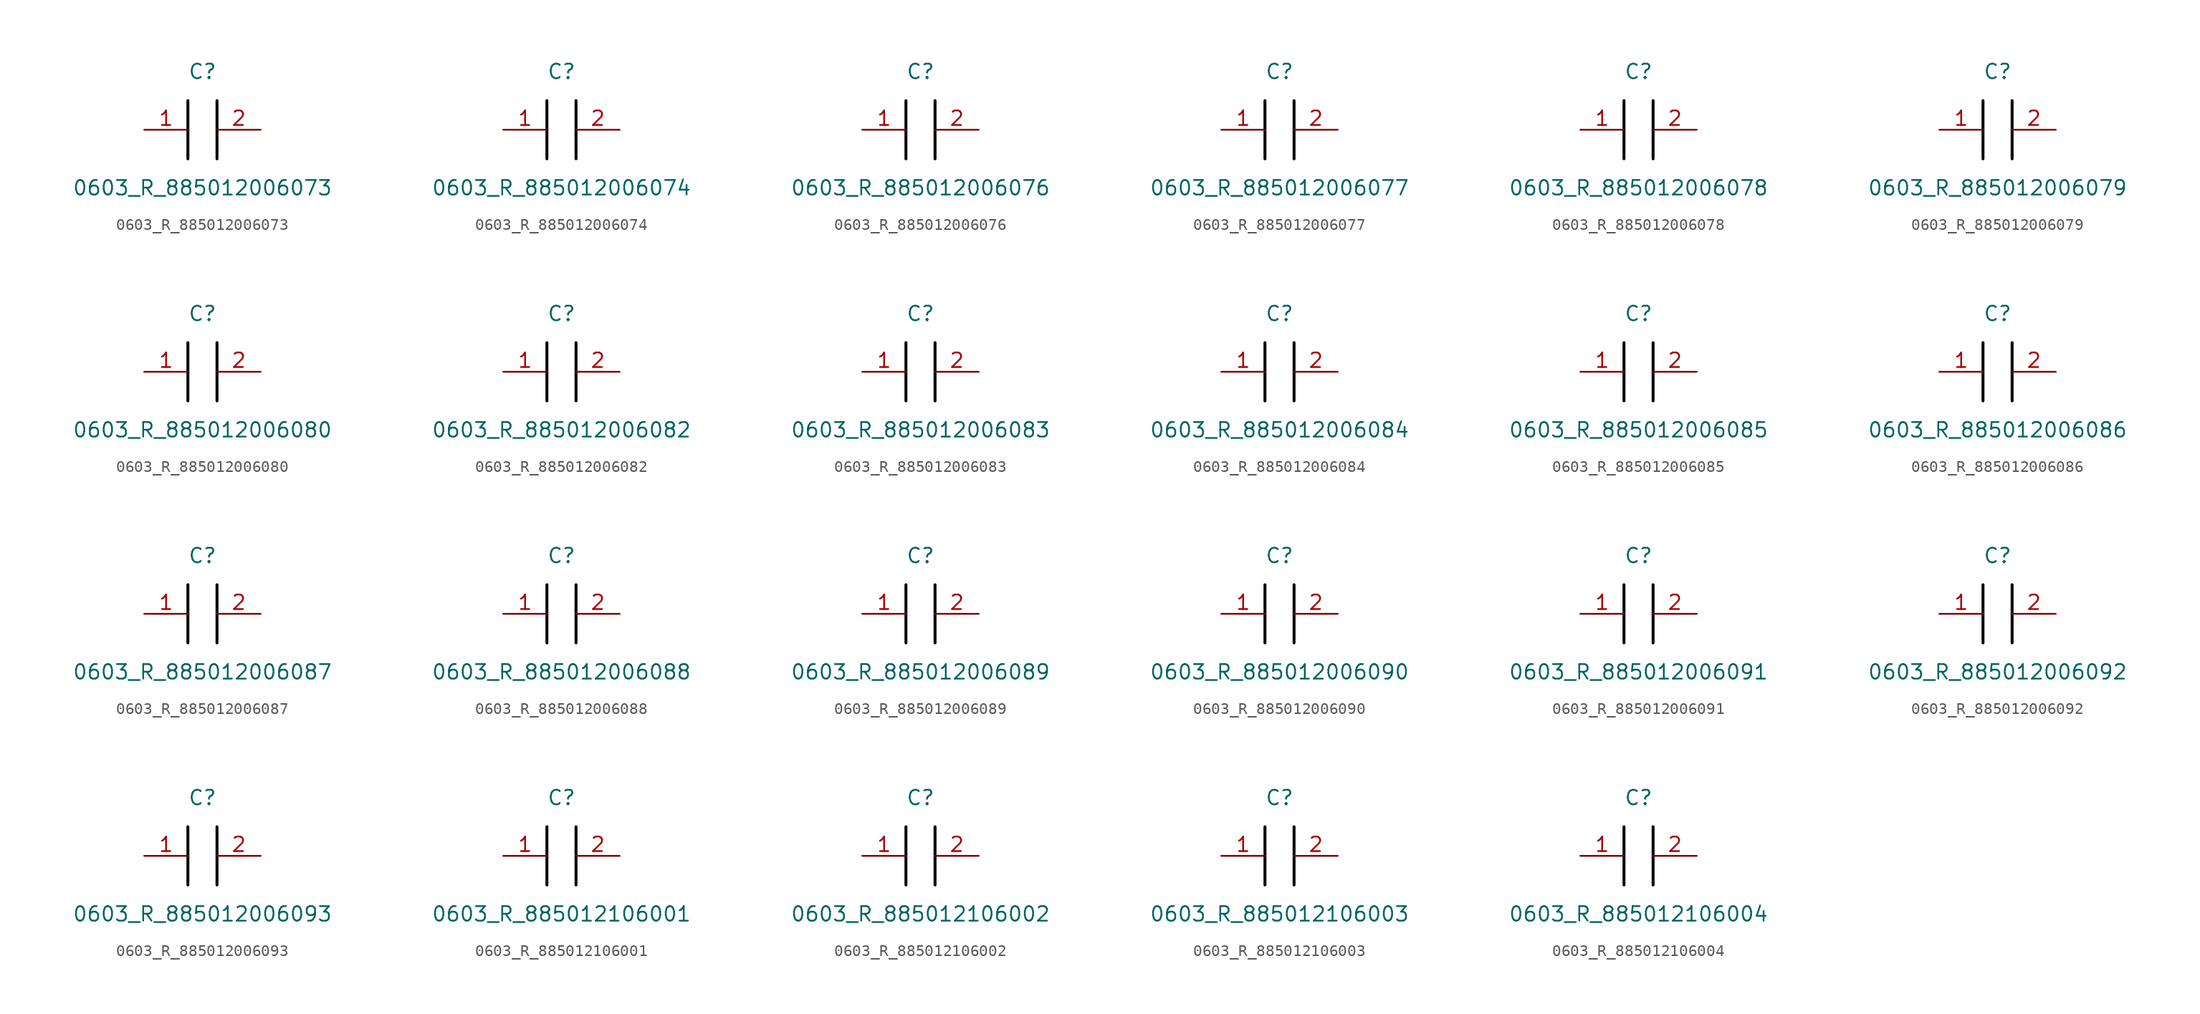
<source format=kicad_sym>
(kicad_symbol_lib
  (version 20220914)
  (generator kicad_symbol_editor)
  (symbol "0603_R_885012006073"
    (pin_names hide)
    (property "Reference" "C"
      (at 0 5.08 0)
      (effects (font (size 1.27 1.27))))
    (property "Value" "0603_R_885012006073"
      (at 0 -5.08 0)
      (effects (font (size 1.27 1.27))))
    (symbol "0603_R_885012006073_1_1"
      (polyline (pts (xy -1.27 2.54) (xy -1.27 -2.54)) (stroke (width 0.254) (type default) (color 0 0 0 1)) (fill (type none)))
      (polyline (pts (xy 1.27 2.54) (xy 1.27 -2.54)) (stroke (width 0.254) (type default) (color 0 0 0 1)) (fill (type none)))
      (pin passive line (at -5.08 0 0) (length 3.81) (name "1" (effects (font (size 1.27 1.27)))) (number "1" (effects (font (size 1.27 1.27)))))
      (pin passive line (at 5.08 0 180) (length 3.81) (name "2" (effects (font (size 1.27 1.27)))) (number "2" (effects (font (size 1.27 1.27)))))))
  (symbol "0603_R_885012006074"
    (pin_names hide)
    (property "Reference" "C"
      (at 0 5.08 0)
      (effects (font (size 1.27 1.27))))
    (property "Value" "0603_R_885012006074"
      (at 0 -5.08 0)
      (effects (font (size 1.27 1.27))))
    (symbol "0603_R_885012006074_1_1"
      (polyline (pts (xy -1.27 2.54) (xy -1.27 -2.54)) (stroke (width 0.254) (type default) (color 0 0 0 1)) (fill (type none)))
      (polyline (pts (xy 1.27 2.54) (xy 1.27 -2.54)) (stroke (width 0.254) (type default) (color 0 0 0 1)) (fill (type none)))
      (pin passive line (at -5.08 0 0) (length 3.81) (name "1" (effects (font (size 1.27 1.27)))) (number "1" (effects (font (size 1.27 1.27)))))
      (pin passive line (at 5.08 0 180) (length 3.81) (name "2" (effects (font (size 1.27 1.27)))) (number "2" (effects (font (size 1.27 1.27)))))))
  (symbol "0603_R_885012006076"
    (pin_names hide)
    (property "Reference" "C"
      (at 0 5.08 0)
      (effects (font (size 1.27 1.27))))
    (property "Value" "0603_R_885012006076"
      (at 0 -5.08 0)
      (effects (font (size 1.27 1.27))))
    (symbol "0603_R_885012006076_1_1"
      (polyline (pts (xy -1.27 2.54) (xy -1.27 -2.54)) (stroke (width 0.254) (type default) (color 0 0 0 1)) (fill (type none)))
      (polyline (pts (xy 1.27 2.54) (xy 1.27 -2.54)) (stroke (width 0.254) (type default) (color 0 0 0 1)) (fill (type none)))
      (pin passive line (at -5.08 0 0) (length 3.81) (name "1" (effects (font (size 1.27 1.27)))) (number "1" (effects (font (size 1.27 1.27)))))
      (pin passive line (at 5.08 0 180) (length 3.81) (name "2" (effects (font (size 1.27 1.27)))) (number "2" (effects (font (size 1.27 1.27)))))))
  (symbol "0603_R_885012006077"
    (pin_names hide)
    (property "Reference" "C"
      (at 0 5.08 0)
      (effects (font (size 1.27 1.27))))
    (property "Value" "0603_R_885012006077"
      (at 0 -5.08 0)
      (effects (font (size 1.27 1.27))))
    (symbol "0603_R_885012006077_1_1"
      (polyline (pts (xy -1.27 2.54) (xy -1.27 -2.54)) (stroke (width 0.254) (type default) (color 0 0 0 1)) (fill (type none)))
      (polyline (pts (xy 1.27 2.54) (xy 1.27 -2.54)) (stroke (width 0.254) (type default) (color 0 0 0 1)) (fill (type none)))
      (pin passive line (at -5.08 0 0) (length 3.81) (name "1" (effects (font (size 1.27 1.27)))) (number "1" (effects (font (size 1.27 1.27)))))
      (pin passive line (at 5.08 0 180) (length 3.81) (name "2" (effects (font (size 1.27 1.27)))) (number "2" (effects (font (size 1.27 1.27)))))))
  (symbol "0603_R_885012006078"
    (pin_names hide)
    (property "Reference" "C"
      (at 0 5.08 0)
      (effects (font (size 1.27 1.27))))
    (property "Value" "0603_R_885012006078"
      (at 0 -5.08 0)
      (effects (font (size 1.27 1.27))))
    (symbol "0603_R_885012006078_1_1"
      (polyline (pts (xy -1.27 2.54) (xy -1.27 -2.54)) (stroke (width 0.254) (type default) (color 0 0 0 1)) (fill (type none)))
      (polyline (pts (xy 1.27 2.54) (xy 1.27 -2.54)) (stroke (width 0.254) (type default) (color 0 0 0 1)) (fill (type none)))
      (pin passive line (at -5.08 0 0) (length 3.81) (name "1" (effects (font (size 1.27 1.27)))) (number "1" (effects (font (size 1.27 1.27)))))
      (pin passive line (at 5.08 0 180) (length 3.81) (name "2" (effects (font (size 1.27 1.27)))) (number "2" (effects (font (size 1.27 1.27)))))))
  (symbol "0603_R_885012006079"
    (pin_names hide)
    (property "Reference" "C"
      (at 0 5.08 0)
      (effects (font (size 1.27 1.27))))
    (property "Value" "0603_R_885012006079"
      (at 0 -5.08 0)
      (effects (font (size 1.27 1.27))))
    (symbol "0603_R_885012006079_1_1"
      (polyline (pts (xy -1.27 2.54) (xy -1.27 -2.54)) (stroke (width 0.254) (type default) (color 0 0 0 1)) (fill (type none)))
      (polyline (pts (xy 1.27 2.54) (xy 1.27 -2.54)) (stroke (width 0.254) (type default) (color 0 0 0 1)) (fill (type none)))
      (pin passive line (at -5.08 0 0) (length 3.81) (name "1" (effects (font (size 1.27 1.27)))) (number "1" (effects (font (size 1.27 1.27)))))
      (pin passive line (at 5.08 0 180) (length 3.81) (name "2" (effects (font (size 1.27 1.27)))) (number "2" (effects (font (size 1.27 1.27)))))))
  (symbol "0603_R_885012006080"
    (pin_names hide)
    (property "Reference" "C"
      (at 0 5.08 0)
      (effects (font (size 1.27 1.27))))
    (property "Value" "0603_R_885012006080"
      (at 0 -5.08 0)
      (effects (font (size 1.27 1.27))))
    (symbol "0603_R_885012006080_1_1"
      (polyline (pts (xy -1.27 2.54) (xy -1.27 -2.54)) (stroke (width 0.254) (type default) (color 0 0 0 1)) (fill (type none)))
      (polyline (pts (xy 1.27 2.54) (xy 1.27 -2.54)) (stroke (width 0.254) (type default) (color 0 0 0 1)) (fill (type none)))
      (pin passive line (at -5.08 0 0) (length 3.81) (name "1" (effects (font (size 1.27 1.27)))) (number "1" (effects (font (size 1.27 1.27)))))
      (pin passive line (at 5.08 0 180) (length 3.81) (name "2" (effects (font (size 1.27 1.27)))) (number "2" (effects (font (size 1.27 1.27)))))))
  (symbol "0603_R_885012006082"
    (pin_names hide)
    (property "Reference" "C"
      (at 0 5.08 0)
      (effects (font (size 1.27 1.27))))
    (property "Value" "0603_R_885012006082"
      (at 0 -5.08 0)
      (effects (font (size 1.27 1.27))))
    (symbol "0603_R_885012006082_1_1"
      (polyline (pts (xy -1.27 2.54) (xy -1.27 -2.54)) (stroke (width 0.254) (type default) (color 0 0 0 1)) (fill (type none)))
      (polyline (pts (xy 1.27 2.54) (xy 1.27 -2.54)) (stroke (width 0.254) (type default) (color 0 0 0 1)) (fill (type none)))
      (pin passive line (at -5.08 0 0) (length 3.81) (name "1" (effects (font (size 1.27 1.27)))) (number "1" (effects (font (size 1.27 1.27)))))
      (pin passive line (at 5.08 0 180) (length 3.81) (name "2" (effects (font (size 1.27 1.27)))) (number "2" (effects (font (size 1.27 1.27)))))))
  (symbol "0603_R_885012006083"
    (pin_names hide)
    (property "Reference" "C"
      (at 0 5.08 0)
      (effects (font (size 1.27 1.27))))
    (property "Value" "0603_R_885012006083"
      (at 0 -5.08 0)
      (effects (font (size 1.27 1.27))))
    (symbol "0603_R_885012006083_1_1"
      (polyline (pts (xy -1.27 2.54) (xy -1.27 -2.54)) (stroke (width 0.254) (type default) (color 0 0 0 1)) (fill (type none)))
      (polyline (pts (xy 1.27 2.54) (xy 1.27 -2.54)) (stroke (width 0.254) (type default) (color 0 0 0 1)) (fill (type none)))
      (pin passive line (at -5.08 0 0) (length 3.81) (name "1" (effects (font (size 1.27 1.27)))) (number "1" (effects (font (size 1.27 1.27)))))
      (pin passive line (at 5.08 0 180) (length 3.81) (name "2" (effects (font (size 1.27 1.27)))) (number "2" (effects (font (size 1.27 1.27)))))))
  (symbol "0603_R_885012006084"
    (pin_names hide)
    (property "Reference" "C"
      (at 0 5.08 0)
      (effects (font (size 1.27 1.27))))
    (property "Value" "0603_R_885012006084"
      (at 0 -5.08 0)
      (effects (font (size 1.27 1.27))))
    (symbol "0603_R_885012006084_1_1"
      (polyline (pts (xy -1.27 2.54) (xy -1.27 -2.54)) (stroke (width 0.254) (type default) (color 0 0 0 1)) (fill (type none)))
      (polyline (pts (xy 1.27 2.54) (xy 1.27 -2.54)) (stroke (width 0.254) (type default) (color 0 0 0 1)) (fill (type none)))
      (pin passive line (at -5.08 0 0) (length 3.81) (name "1" (effects (font (size 1.27 1.27)))) (number "1" (effects (font (size 1.27 1.27)))))
      (pin passive line (at 5.08 0 180) (length 3.81) (name "2" (effects (font (size 1.27 1.27)))) (number "2" (effects (font (size 1.27 1.27)))))))
  (symbol "0603_R_885012006085"
    (pin_names hide)
    (property "Reference" "C"
      (at 0 5.08 0)
      (effects (font (size 1.27 1.27))))
    (property "Value" "0603_R_885012006085"
      (at 0 -5.08 0)
      (effects (font (size 1.27 1.27))))
    (symbol "0603_R_885012006085_1_1"
      (polyline (pts (xy -1.27 2.54) (xy -1.27 -2.54)) (stroke (width 0.254) (type default) (color 0 0 0 1)) (fill (type none)))
      (polyline (pts (xy 1.27 2.54) (xy 1.27 -2.54)) (stroke (width 0.254) (type default) (color 0 0 0 1)) (fill (type none)))
      (pin passive line (at -5.08 0 0) (length 3.81) (name "1" (effects (font (size 1.27 1.27)))) (number "1" (effects (font (size 1.27 1.27)))))
      (pin passive line (at 5.08 0 180) (length 3.81) (name "2" (effects (font (size 1.27 1.27)))) (number "2" (effects (font (size 1.27 1.27)))))))
  (symbol "0603_R_885012006086"
    (pin_names hide)
    (property "Reference" "C"
      (at 0 5.08 0)
      (effects (font (size 1.27 1.27))))
    (property "Value" "0603_R_885012006086"
      (at 0 -5.08 0)
      (effects (font (size 1.27 1.27))))
    (symbol "0603_R_885012006086_1_1"
      (polyline (pts (xy -1.27 2.54) (xy -1.27 -2.54)) (stroke (width 0.254) (type default) (color 0 0 0 1)) (fill (type none)))
      (polyline (pts (xy 1.27 2.54) (xy 1.27 -2.54)) (stroke (width 0.254) (type default) (color 0 0 0 1)) (fill (type none)))
      (pin passive line (at -5.08 0 0) (length 3.81) (name "1" (effects (font (size 1.27 1.27)))) (number "1" (effects (font (size 1.27 1.27)))))
      (pin passive line (at 5.08 0 180) (length 3.81) (name "2" (effects (font (size 1.27 1.27)))) (number "2" (effects (font (size 1.27 1.27)))))))
  (symbol "0603_R_885012006087"
    (pin_names hide)
    (property "Reference" "C"
      (at 0 5.08 0)
      (effects (font (size 1.27 1.27))))
    (property "Value" "0603_R_885012006087"
      (at 0 -5.08 0)
      (effects (font (size 1.27 1.27))))
    (symbol "0603_R_885012006087_1_1"
      (polyline (pts (xy -1.27 2.54) (xy -1.27 -2.54)) (stroke (width 0.254) (type default) (color 0 0 0 1)) (fill (type none)))
      (polyline (pts (xy 1.27 2.54) (xy 1.27 -2.54)) (stroke (width 0.254) (type default) (color 0 0 0 1)) (fill (type none)))
      (pin passive line (at -5.08 0 0) (length 3.81) (name "1" (effects (font (size 1.27 1.27)))) (number "1" (effects (font (size 1.27 1.27)))))
      (pin passive line (at 5.08 0 180) (length 3.81) (name "2" (effects (font (size 1.27 1.27)))) (number "2" (effects (font (size 1.27 1.27)))))))
  (symbol "0603_R_885012006088"
    (pin_names hide)
    (property "Reference" "C"
      (at 0 5.08 0)
      (effects (font (size 1.27 1.27))))
    (property "Value" "0603_R_885012006088"
      (at 0 -5.08 0)
      (effects (font (size 1.27 1.27))))
    (symbol "0603_R_885012006088_1_1"
      (polyline (pts (xy -1.27 2.54) (xy -1.27 -2.54)) (stroke (width 0.254) (type default) (color 0 0 0 1)) (fill (type none)))
      (polyline (pts (xy 1.27 2.54) (xy 1.27 -2.54)) (stroke (width 0.254) (type default) (color 0 0 0 1)) (fill (type none)))
      (pin passive line (at -5.08 0 0) (length 3.81) (name "1" (effects (font (size 1.27 1.27)))) (number "1" (effects (font (size 1.27 1.27)))))
      (pin passive line (at 5.08 0 180) (length 3.81) (name "2" (effects (font (size 1.27 1.27)))) (number "2" (effects (font (size 1.27 1.27)))))))
  (symbol "0603_R_885012006089"
    (pin_names hide)
    (property "Reference" "C"
      (at 0 5.08 0)
      (effects (font (size 1.27 1.27))))
    (property "Value" "0603_R_885012006089"
      (at 0 -5.08 0)
      (effects (font (size 1.27 1.27))))
    (symbol "0603_R_885012006089_1_1"
      (polyline (pts (xy -1.27 2.54) (xy -1.27 -2.54)) (stroke (width 0.254) (type default) (color 0 0 0 1)) (fill (type none)))
      (polyline (pts (xy 1.27 2.54) (xy 1.27 -2.54)) (stroke (width 0.254) (type default) (color 0 0 0 1)) (fill (type none)))
      (pin passive line (at -5.08 0 0) (length 3.81) (name "1" (effects (font (size 1.27 1.27)))) (number "1" (effects (font (size 1.27 1.27)))))
      (pin passive line (at 5.08 0 180) (length 3.81) (name "2" (effects (font (size 1.27 1.27)))) (number "2" (effects (font (size 1.27 1.27)))))))
  (symbol "0603_R_885012006090"
    (pin_names hide)
    (property "Reference" "C"
      (at 0 5.08 0)
      (effects (font (size 1.27 1.27))))
    (property "Value" "0603_R_885012006090"
      (at 0 -5.08 0)
      (effects (font (size 1.27 1.27))))
    (symbol "0603_R_885012006090_1_1"
      (polyline (pts (xy -1.27 2.54) (xy -1.27 -2.54)) (stroke (width 0.254) (type default) (color 0 0 0 1)) (fill (type none)))
      (polyline (pts (xy 1.27 2.54) (xy 1.27 -2.54)) (stroke (width 0.254) (type default) (color 0 0 0 1)) (fill (type none)))
      (pin passive line (at -5.08 0 0) (length 3.81) (name "1" (effects (font (size 1.27 1.27)))) (number "1" (effects (font (size 1.27 1.27)))))
      (pin passive line (at 5.08 0 180) (length 3.81) (name "2" (effects (font (size 1.27 1.27)))) (number "2" (effects (font (size 1.27 1.27)))))))
  (symbol "0603_R_885012006091"
    (pin_names hide)
    (property "Reference" "C"
      (at 0 5.08 0)
      (effects (font (size 1.27 1.27))))
    (property "Value" "0603_R_885012006091"
      (at 0 -5.08 0)
      (effects (font (size 1.27 1.27))))
    (symbol "0603_R_885012006091_1_1"
      (polyline (pts (xy -1.27 2.54) (xy -1.27 -2.54)) (stroke (width 0.254) (type default) (color 0 0 0 1)) (fill (type none)))
      (polyline (pts (xy 1.27 2.54) (xy 1.27 -2.54)) (stroke (width 0.254) (type default) (color 0 0 0 1)) (fill (type none)))
      (pin passive line (at -5.08 0 0) (length 3.81) (name "1" (effects (font (size 1.27 1.27)))) (number "1" (effects (font (size 1.27 1.27)))))
      (pin passive line (at 5.08 0 180) (length 3.81) (name "2" (effects (font (size 1.27 1.27)))) (number "2" (effects (font (size 1.27 1.27)))))))
  (symbol "0603_R_885012006092"
    (pin_names hide)
    (property "Reference" "C"
      (at 0 5.08 0)
      (effects (font (size 1.27 1.27))))
    (property "Value" "0603_R_885012006092"
      (at 0 -5.08 0)
      (effects (font (size 1.27 1.27))))
    (symbol "0603_R_885012006092_1_1"
      (polyline (pts (xy -1.27 2.54) (xy -1.27 -2.54)) (stroke (width 0.254) (type default) (color 0 0 0 1)) (fill (type none)))
      (polyline (pts (xy 1.27 2.54) (xy 1.27 -2.54)) (stroke (width 0.254) (type default) (color 0 0 0 1)) (fill (type none)))
      (pin passive line (at -5.08 0 0) (length 3.81) (name "1" (effects (font (size 1.27 1.27)))) (number "1" (effects (font (size 1.27 1.27)))))
      (pin passive line (at 5.08 0 180) (length 3.81) (name "2" (effects (font (size 1.27 1.27)))) (number "2" (effects (font (size 1.27 1.27)))))))
  (symbol "0603_R_885012006093"
    (pin_names hide)
    (property "Reference" "C"
      (at 0 5.08 0)
      (effects (font (size 1.27 1.27))))
    (property "Value" "0603_R_885012006093"
      (at 0 -5.08 0)
      (effects (font (size 1.27 1.27))))
    (symbol "0603_R_885012006093_1_1"
      (polyline (pts (xy -1.27 2.54) (xy -1.27 -2.54)) (stroke (width 0.254) (type default) (color 0 0 0 1)) (fill (type none)))
      (polyline (pts (xy 1.27 2.54) (xy 1.27 -2.54)) (stroke (width 0.254) (type default) (color 0 0 0 1)) (fill (type none)))
      (pin passive line (at -5.08 0 0) (length 3.81) (name "1" (effects (font (size 1.27 1.27)))) (number "1" (effects (font (size 1.27 1.27)))))
      (pin passive line (at 5.08 0 180) (length 3.81) (name "2" (effects (font (size 1.27 1.27)))) (number "2" (effects (font (size 1.27 1.27)))))))
  (symbol "0603_R_885012106001"
    (pin_names hide)
    (property "Reference" "C"
      (at 0 5.08 0)
      (effects (font (size 1.27 1.27))))
    (property "Value" "0603_R_885012106001"
      (at 0 -5.08 0)
      (effects (font (size 1.27 1.27))))
    (symbol "0603_R_885012106001_1_1"
      (polyline (pts (xy -1.27 2.54) (xy -1.27 -2.54)) (stroke (width 0.254) (type default) (color 0 0 0 1)) (fill (type none)))
      (polyline (pts (xy 1.27 2.54) (xy 1.27 -2.54)) (stroke (width 0.254) (type default) (color 0 0 0 1)) (fill (type none)))
      (pin passive line (at -5.08 0 0) (length 3.81) (name "1" (effects (font (size 1.27 1.27)))) (number "1" (effects (font (size 1.27 1.27)))))
      (pin passive line (at 5.08 0 180) (length 3.81) (name "2" (effects (font (size 1.27 1.27)))) (number "2" (effects (font (size 1.27 1.27)))))))
  (symbol "0603_R_885012106002"
    (pin_names hide)
    (property "Reference" "C"
      (at 0 5.08 0)
      (effects (font (size 1.27 1.27))))
    (property "Value" "0603_R_885012106002"
      (at 0 -5.08 0)
      (effects (font (size 1.27 1.27))))
    (symbol "0603_R_885012106002_1_1"
      (polyline (pts (xy -1.27 2.54) (xy -1.27 -2.54)) (stroke (width 0.254) (type default) (color 0 0 0 1)) (fill (type none)))
      (polyline (pts (xy 1.27 2.54) (xy 1.27 -2.54)) (stroke (width 0.254) (type default) (color 0 0 0 1)) (fill (type none)))
      (pin passive line (at -5.08 0 0) (length 3.81) (name "1" (effects (font (size 1.27 1.27)))) (number "1" (effects (font (size 1.27 1.27)))))
      (pin passive line (at 5.08 0 180) (length 3.81) (name "2" (effects (font (size 1.27 1.27)))) (number "2" (effects (font (size 1.27 1.27)))))))
  (symbol "0603_R_885012106003"
    (pin_names hide)
    (property "Reference" "C"
      (at 0 5.08 0)
      (effects (font (size 1.27 1.27))))
    (property "Value" "0603_R_885012106003"
      (at 0 -5.08 0)
      (effects (font (size 1.27 1.27))))
    (symbol "0603_R_885012106003_1_1"
      (polyline (pts (xy -1.27 2.54) (xy -1.27 -2.54)) (stroke (width 0.254) (type default) (color 0 0 0 1)) (fill (type none)))
      (polyline (pts (xy 1.27 2.54) (xy 1.27 -2.54)) (stroke (width 0.254) (type default) (color 0 0 0 1)) (fill (type none)))
      (pin passive line (at -5.08 0 0) (length 3.81) (name "1" (effects (font (size 1.27 1.27)))) (number "1" (effects (font (size 1.27 1.27)))))
      (pin passive line (at 5.08 0 180) (length 3.81) (name "2" (effects (font (size 1.27 1.27)))) (number "2" (effects (font (size 1.27 1.27)))))))
  (symbol "0603_R_885012106004"
    (pin_names hide)
    (property "Reference" "C"
      (at 0 5.08 0)
      (effects (font (size 1.27 1.27))))
    (property "Value" "0603_R_885012106004"
      (at 0 -5.08 0)
      (effects (font (size 1.27 1.27))))
    (symbol "0603_R_885012106004_1_1"
      (polyline (pts (xy -1.27 2.54) (xy -1.27 -2.54)) (stroke (width 0.254) (type default) (color 0 0 0 1)) (fill (type none)))
      (polyline (pts (xy 1.27 2.54) (xy 1.27 -2.54)) (stroke (width 0.254) (type default) (color 0 0 0 1)) (fill (type none)))
      (pin passive line (at -5.08 0 0) (length 3.81) (name "1" (effects (font (size 1.27 1.27)))) (number "1" (effects (font (size 1.27 1.27)))))
      (pin passive line (at 5.08 0 180) (length 3.81) (name "2" (effects (font (size 1.27 1.27)))) (number "2" (effects (font (size 1.27 1.27))))))))
</source>
